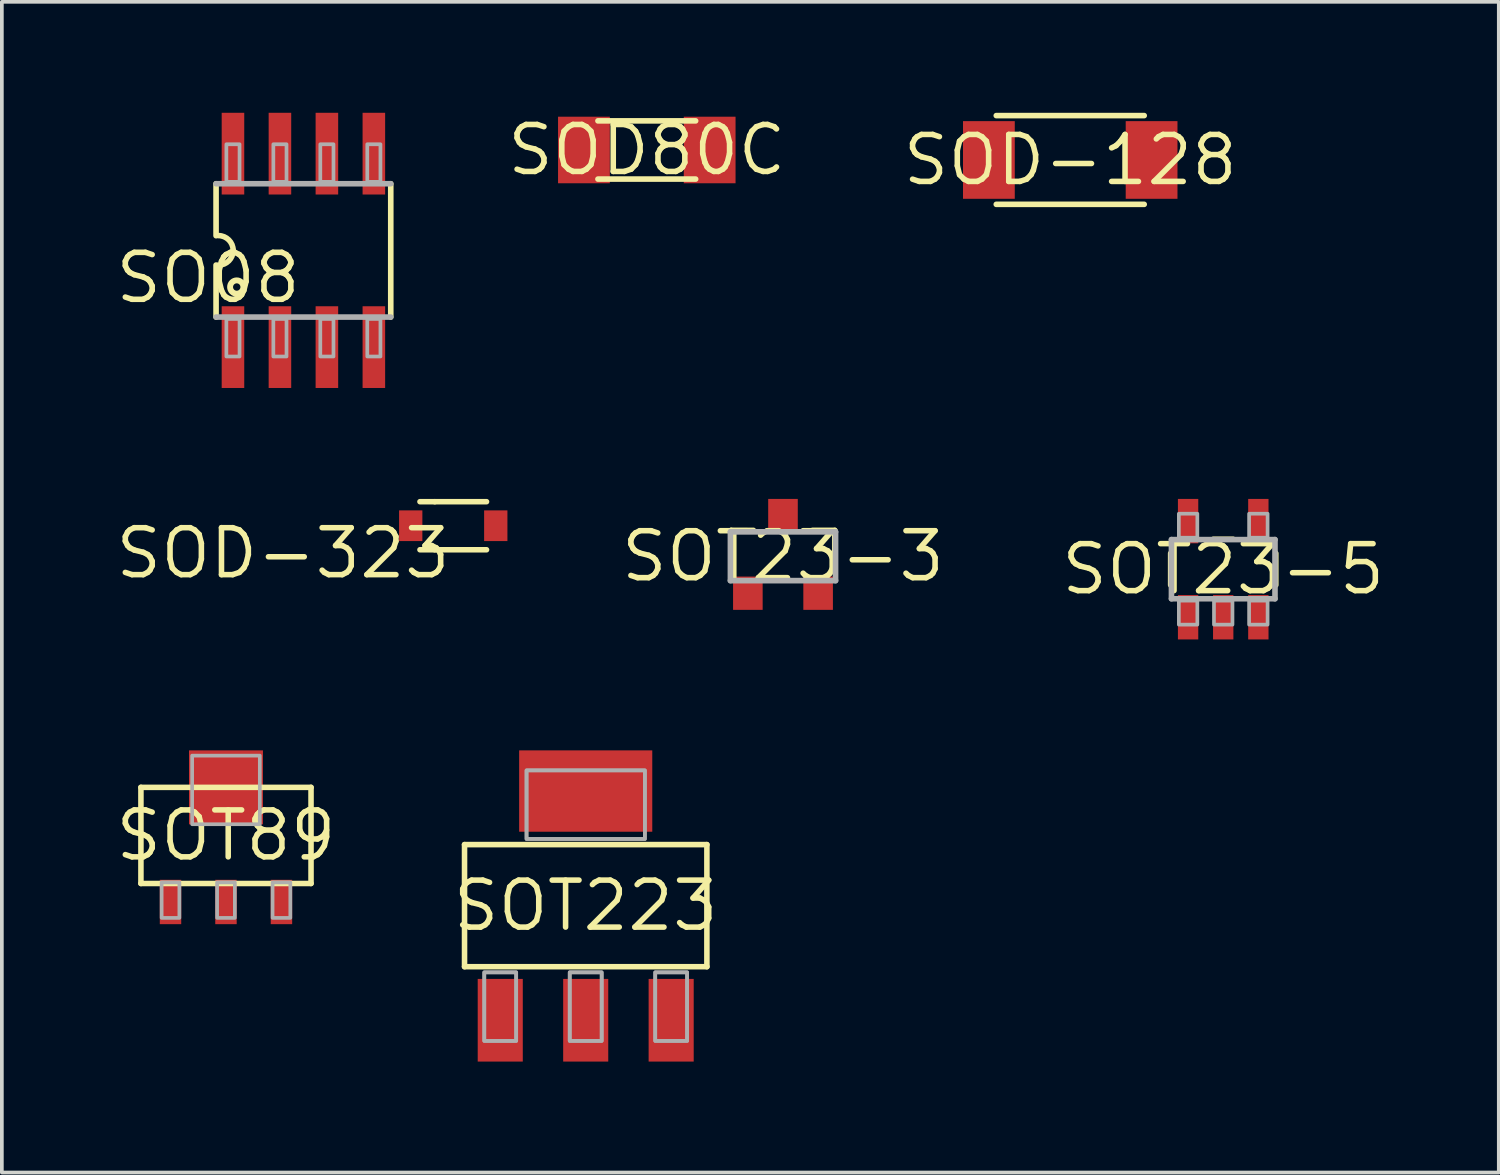
<source format=kicad_pcb>
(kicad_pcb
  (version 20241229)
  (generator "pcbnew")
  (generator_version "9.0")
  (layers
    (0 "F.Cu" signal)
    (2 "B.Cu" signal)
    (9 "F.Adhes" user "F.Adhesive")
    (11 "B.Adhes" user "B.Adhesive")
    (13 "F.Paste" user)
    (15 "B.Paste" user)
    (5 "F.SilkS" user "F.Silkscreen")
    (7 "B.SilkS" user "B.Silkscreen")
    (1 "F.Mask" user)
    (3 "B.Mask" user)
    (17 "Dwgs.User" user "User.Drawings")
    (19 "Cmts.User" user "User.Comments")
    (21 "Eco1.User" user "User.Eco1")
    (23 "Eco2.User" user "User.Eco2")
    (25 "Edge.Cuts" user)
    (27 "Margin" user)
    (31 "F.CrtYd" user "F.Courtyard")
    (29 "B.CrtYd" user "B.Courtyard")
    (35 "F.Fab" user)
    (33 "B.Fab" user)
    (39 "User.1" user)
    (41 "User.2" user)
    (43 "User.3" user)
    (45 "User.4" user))
  (footprint "SOT223"
    (layer "F.Cu")
    (at 12.789 21.441)
    (property "Reference" "SOT223" (at 0 0 0) (layer "F.SilkS") (effects (font (size 1.27 1.27) (thickness 0.15))))
    (attr through_hole)
    (fp_line (start -3.277 -1.651) (end 3.277 -1.651) (stroke (width 0.15) (type solid)) (layer "F.SilkS"))
    (fp_line (start -3.277 1.651) (end -3.277 -1.651) (stroke (width 0.15) (type solid)) (layer "F.SilkS"))
    (fp_line (start 3.277 -1.651) (end 3.277 1.651) (stroke (width 0.15) (type solid)) (layer "F.SilkS"))
    (fp_line (start 3.277 1.651) (end -3.277 1.651) (stroke (width 0.15) (type solid)) (layer "F.SilkS"))
    (fp_poly (pts (xy -2.743 3.658) (xy -1.88 3.658) (xy -1.88 1.803) (xy -2.743 1.803)) (stroke (width 0.1) (type solid)) (fill no) (layer "F.Fab"))
    (fp_poly (pts (xy -2.743 3.658) (xy -1.88 3.658) (xy -1.88 1.803) (xy -2.743 1.803)) (stroke (width 0.1) (type solid)) (fill no) (layer "F.Fab"))
    (fp_poly (pts (xy -1.6 -1.803) (xy 1.6 -1.803) (xy 1.6 -3.658) (xy -1.6 -3.658)) (stroke (width 0.1) (type solid)) (fill no) (layer "F.Fab"))
    (fp_poly (pts (xy -1.6 -1.803) (xy 1.6 -1.803) (xy 1.6 -3.658) (xy -1.6 -3.658)) (stroke (width 0.1) (type solid)) (fill no) (layer "F.Fab"))
    (fp_poly (pts (xy -0.432 3.658) (xy 0.432 3.658) (xy 0.432 1.803) (xy -0.432 1.803)) (stroke (width 0.1) (type solid)) (fill no) (layer "F.Fab"))
    (fp_poly (pts (xy -0.432 3.658) (xy 0.432 3.658) (xy 0.432 1.803) (xy -0.432 1.803)) (stroke (width 0.1) (type solid)) (fill no) (layer "F.Fab"))
    (fp_poly (pts (xy 1.88 3.658) (xy 2.743 3.658) (xy 2.743 1.803) (xy 1.88 1.803)) (stroke (width 0.1) (type solid)) (fill no) (layer "F.Fab"))
    (fp_poly (pts (xy 1.88 3.658) (xy 2.743 3.658) (xy 2.743 1.803) (xy 1.88 1.803)) (stroke (width 0.1) (type solid)) (fill no) (layer "F.Fab"))
    (pad "1" smd rect (at -2.311 3.099) (size 1.219 2.235) (layers "F.Cu" "F.Mask" "F.Paste"))
    (pad "2" smd rect (at 0 3.099) (size 1.219 2.235) (layers "F.Cu" "F.Mask" "F.Paste"))
    (pad "3" smd rect (at 2.311 3.099) (size 1.219 2.235) (layers "F.Cu" "F.Mask" "F.Paste"))
    (pad "4" smd rect (at 0 -3.099) (size 3.6 2.2) (layers "F.Cu" "F.Mask" "F.Paste")))
  (footprint "SOD-323"
    (layer "F.Cu")
    (at 9.207 11.167)
    (property "Reference" "SOD-323" (at 0 0 0) (layer "F.SilkS") (effects (font (size 1.27 1.27) (thickness 0.15)) (justify right top)))
    (attr through_hole)
    (fp_line (start -0.9 -0.65) (end -0.5 -0.65) (stroke (width 0.15) (type solid)) (layer "F.SilkS"))
    (fp_line (start -0.9 0.65) (end -0.5 0.65) (stroke (width 0.15) (type solid)) (layer "F.SilkS"))
    (fp_line (start -0.5 -0.65) (end 0.9 -0.65) (stroke (width 0.15) (type solid)) (layer "F.SilkS"))
    (fp_line (start -0.5 0.65) (end 0.9 0.65) (stroke (width 0.15) (type solid)) (layer "F.SilkS"))
    (pad "1" smd rect (at -1.15 0) (size 0.63 0.83) (layers "F.Cu" "F.Mask" "F.Paste"))
    (pad "2" smd rect (at 1.15 0) (size 0.63 0.83) (layers "F.Cu" "F.Mask" "F.Paste")))
  (footprint "SO08"
    (layer "F.Cu")
    (at 5.155 3.721)
    (property "Reference" "SO08" (at 0 0 0) (layer "F.SilkS") (effects (font (size 1.27 1.27) (thickness 0.15)) (justify right top)))
    (attr through_hole)
    (fp_line (start -2.362 -1.803) (end -2.362 -0.397) (stroke (width 0.152) (type solid)) (layer "F.SilkS"))
    (fp_line (start -2.362 0.397) (end -2.362 1.803) (stroke (width 0.152) (type solid)) (layer "F.SilkS"))
    (fp_line (start 2.362 1.803) (end 2.362 -1.803) (stroke (width 0.152) (type solid)) (layer "F.SilkS"))
    (fp_arc (start -2.3 -0.4) (mid -2.017157 -0.282843) (end -1.9 0) (stroke (width 0.15) (type solid)) (layer "F.SilkS"))
    (fp_arc (start -1.9 0) (mid -2.017157 0.282843) (end -2.3 0.4) (stroke (width 0.15) (type solid)) (layer "F.SilkS"))
    (fp_circle (center -1.803 0.991) (end -1.623 0.991) (stroke (width 0.16) (type solid)) (fill no) (layer "F.SilkS"))
    (fp_line (start -2.362 1.803) (end 2.362 1.803) (stroke (width 0.152) (type solid)) (layer "F.Fab"))
    (fp_line (start 2.362 -1.803) (end -2.362 -1.803) (stroke (width 0.152) (type solid)) (layer "F.Fab"))
    (fp_poly (pts (xy -2.083 -1.854) (xy -1.727 -1.854) (xy -1.727 -2.87) (xy -2.083 -2.87)) (stroke (width 0.1) (type solid)) (fill no) (layer "F.Fab"))
    (fp_poly (pts (xy -2.083 2.87) (xy -1.727 2.87) (xy -1.727 1.854) (xy -2.083 1.854)) (stroke (width 0.1) (type solid)) (fill no) (layer "F.Fab"))
    (fp_poly (pts (xy -0.813 -1.854) (xy -0.457 -1.854) (xy -0.457 -2.87) (xy -0.813 -2.87)) (stroke (width 0.1) (type solid)) (fill no) (layer "F.Fab"))
    (fp_poly (pts (xy -0.813 2.87) (xy -0.457 2.87) (xy -0.457 1.854) (xy -0.813 1.854)) (stroke (width 0.1) (type solid)) (fill no) (layer "F.Fab"))
    (fp_poly (pts (xy 0.457 -1.854) (xy 0.813 -1.854) (xy 0.813 -2.87) (xy 0.457 -2.87)) (stroke (width 0.1) (type solid)) (fill no) (layer "F.Fab"))
    (fp_poly (pts (xy 0.457 2.87) (xy 0.813 2.87) (xy 0.813 1.854) (xy 0.457 1.854)) (stroke (width 0.1) (type solid)) (fill no) (layer "F.Fab"))
    (fp_poly (pts (xy 1.727 -1.854) (xy 2.083 -1.854) (xy 2.083 -2.87) (xy 1.727 -2.87)) (stroke (width 0.1) (type solid)) (fill no) (layer "F.Fab"))
    (fp_poly (pts (xy 1.727 2.87) (xy 2.083 2.87) (xy 2.083 1.854) (xy 1.727 1.854)) (stroke (width 0.1) (type solid)) (fill no) (layer "F.Fab"))
    (pad "1" smd rect (at -1.905 2.616) (size 0.61 2.21) (layers "F.Cu" "F.Mask" "F.Paste"))
    (pad "2" smd rect (at -0.635 2.616) (size 0.61 2.21) (layers "F.Cu" "F.Mask" "F.Paste"))
    (pad "3" smd rect (at 0.635 2.616) (size 0.61 2.21) (layers "F.Cu" "F.Mask" "F.Paste"))
    (pad "4" smd rect (at 1.905 2.616) (size 0.61 2.21) (layers "F.Cu" "F.Mask" "F.Paste"))
    (pad "5" smd rect (at 1.905 -2.616) (size 0.61 2.21) (layers "F.Cu" "F.Mask" "F.Paste"))
    (pad "6" smd rect (at 0.635 -2.616) (size 0.61 2.21) (layers "F.Cu" "F.Mask" "F.Paste"))
    (pad "7" smd rect (at -0.635 -2.616) (size 0.61 2.21) (layers "F.Cu" "F.Mask" "F.Paste"))
    (pad "8" smd rect (at -1.905 -2.616) (size 0.61 2.21) (layers "F.Cu" "F.Mask" "F.Paste")))
  (footprint "SOD80C"
    (layer "F.Cu")
    (at 14.441 1.006)
    (property "Reference" "SOD80C" (at 0 0 0) (layer "F.SilkS") (effects (font (size 1.27 1.27) (thickness 0.15))))
    (attr through_hole)
    (fp_line (start 1.321 -0.787) (end -1.321 -0.787) (stroke (width 0.152) (type solid)) (layer "F.SilkS"))
    (fp_line (start 1.321 0.787) (end -1.321 0.787) (stroke (width 0.152) (type solid)) (layer "F.SilkS"))
    (pad "A" smd rect (at 1.7 0) (size 1.4 1.8) (layers "F.Cu" "F.Mask" "F.Paste"))
    (pad "C" smd rect (at -1.7 0) (size 1.4 1.8) (layers "F.Cu" "F.Mask" "F.Paste")))
  (footprint "SOT23-5"
    (layer "F.Cu")
    (at 30.029 12.342)
    (property "Reference" "SOT23-5" (at 0 0 0) (layer "F.SilkS") (effects (font (size 1.27 1.27) (thickness 0.15))))
    (attr through_hole)
    (fp_line (start -1.422 0.429) (end -1.422 -0.429) (stroke (width 0.15) (type solid)) (layer "F.SilkS"))
    (fp_line (start -0.268 -0.81) (end 0.268 -0.81) (stroke (width 0.15) (type solid)) (layer "F.SilkS"))
    (fp_line (start 1.422 -0.429) (end 1.422 0.429) (stroke (width 0.15) (type solid)) (layer "F.SilkS"))
    (fp_line (start -1.4 -0.8) (end -1.4 0.8) (stroke (width 0.152) (type solid)) (layer "F.Fab"))
    (fp_line (start -1.4 -0.8) (end 1.4 -0.8) (stroke (width 0.152) (type solid)) (layer "F.Fab"))
    (fp_line (start 1.4 -0.8) (end 1.4 0.8) (stroke (width 0.152) (type solid)) (layer "F.Fab"))
    (fp_line (start 1.4 0.8) (end -1.4 0.8) (stroke (width 0.15) (type solid)) (layer "F.Fab"))
    (fp_poly (pts (xy -1.2 -0.85) (xy -0.7 -0.85) (xy -0.7 -1.5) (xy -1.2 -1.5)) (stroke (width 0.1) (type solid)) (fill no) (layer "F.Fab"))
    (fp_poly (pts (xy -1.2 1.5) (xy -0.7 1.5) (xy -0.7 0.85) (xy -1.2 0.85)) (stroke (width 0.1) (type solid)) (fill no) (layer "F.Fab"))
    (fp_poly (pts (xy -0.25 1.5) (xy 0.25 1.5) (xy 0.25 0.85) (xy -0.25 0.85)) (stroke (width 0.1) (type solid)) (fill no) (layer "F.Fab"))
    (fp_poly (pts (xy 0.7 -0.85) (xy 1.2 -0.85) (xy 1.2 -1.5) (xy 0.7 -1.5)) (stroke (width 0.1) (type solid)) (fill no) (layer "F.Fab"))
    (fp_poly (pts (xy 0.7 1.5) (xy 1.2 1.5) (xy 1.2 0.85) (xy 0.7 0.85)) (stroke (width 0.1) (type solid)) (fill no) (layer "F.Fab"))
    (pad "1" smd rect (at -0.95 1.3) (size 0.55 1.2) (layers "F.Cu" "F.Mask" "F.Paste"))
    (pad "2" smd rect (at 0 1.3) (size 0.55 1.2) (layers "F.Cu" "F.Mask" "F.Paste"))
    (pad "3" smd rect (at 0.95 1.3) (size 0.55 1.2) (layers "F.Cu" "F.Mask" "F.Paste"))
    (pad "4" smd rect (at 0.95 -1.3) (size 0.55 1.2) (layers "F.Cu" "F.Mask" "F.Paste"))
    (pad "5" smd rect (at -0.95 -1.3) (size 0.55 1.2) (layers "F.Cu" "F.Mask" "F.Paste")))
  (footprint "SOT23-3"
    (layer "F.Cu")
    (at 18.124 11.992)
    (property "Reference" "SOT23-3" (at 0 0 0) (layer "F.SilkS") (effects (font (size 1.27 1.27) (thickness 0.15))))
    (attr through_hole)
    (fp_line (start -1.4 -0.7) (end -1.4 0.1) (stroke (width 0.15) (type solid)) (layer "F.SilkS"))
    (fp_line (start -0.8 -0.7) (end -1.4 -0.7) (stroke (width 0.15) (type solid)) (layer "F.SilkS"))
    (fp_line (start 0.8 -0.7) (end 1.4 -0.7) (stroke (width 0.15) (type solid)) (layer "F.SilkS"))
    (fp_line (start 1.4 -0.7) (end 1.4 0.1) (stroke (width 0.15) (type solid)) (layer "F.SilkS"))
    (fp_line (start -1.422 -0.66) (end 1.422 -0.66) (stroke (width 0.152) (type solid)) (layer "F.Fab"))
    (fp_line (start -1.422 0.66) (end -1.422 -0.66) (stroke (width 0.152) (type solid)) (layer "F.Fab"))
    (fp_line (start 1.422 -0.66) (end 1.422 0.66) (stroke (width 0.152) (type solid)) (layer "F.Fab"))
    (fp_line (start 1.422 0.66) (end -1.422 0.66) (stroke (width 0.152) (type solid)) (layer "F.Fab"))
    (pad "1" smd rect (at -0.95 1) (size 0.8 0.9) (layers "F.Cu" "F.Mask" "F.Paste"))
    (pad "2" smd rect (at 0.95 1) (size 0.8 0.9) (layers "F.Cu" "F.Mask" "F.Paste"))
    (pad "3" smd rect (at 0 -1.1) (size 0.8 0.9) (layers "F.Cu" "F.Mask" "F.Paste")))
  (footprint "SOT89"
    (layer "F.Cu")
    (at 3.061 19.542)
    (property "Reference" "SOT89" (at 0 0 0) (layer "F.SilkS") (effects (font (size 1.27 1.27) (thickness 0.15))))
    (attr through_hole)
    (fp_line (start -2.3 -1.3) (end 2.3 -1.3) (stroke (width 0.15) (type solid)) (layer "F.SilkS"))
    (fp_line (start -2.3 1.3) (end -2.3 -1.3) (stroke (width 0.15) (type solid)) (layer "F.SilkS"))
    (fp_line (start 2.3 -1.3) (end 2.3 1.3) (stroke (width 0.15) (type solid)) (layer "F.SilkS"))
    (fp_line (start 2.3 1.3) (end -2.3 1.3) (stroke (width 0.15) (type solid)) (layer "F.SilkS"))
    (fp_poly (pts (xy -1.74 2.23) (xy -1.26 2.23) (xy -1.26 1.27) (xy -1.74 1.27)) (stroke (width 0.1) (type solid)) (fill no) (layer "F.Fab"))
    (fp_poly (pts (xy -0.915 -0.303) (xy 0.915 -0.303) (xy 0.915 -2.158) (xy -0.915 -2.158)) (stroke (width 0.1) (type solid)) (fill no) (layer "F.Fab"))
    (fp_poly (pts (xy -0.24 2.23) (xy 0.24 2.23) (xy 0.24 1.27) (xy -0.24 1.27)) (stroke (width 0.1) (type solid)) (fill no) (layer "F.Fab"))
    (fp_poly (pts (xy 1.26 2.23) (xy 1.74 2.23) (xy 1.74 1.27) (xy 1.26 1.27)) (stroke (width 0.1) (type solid)) (fill no) (layer "F.Fab"))
    (pad "1" smd rect (at -1.5 1.8) (size 0.58 1.2) (layers "F.Cu" "F.Mask" "F.Paste"))
    (pad "2" smd rect (at 0 1.8) (size 0.58 1.2) (layers "F.Cu" "F.Mask" "F.Paste"))
    (pad "3" smd rect (at 1.5 1.8) (size 0.58 1.2) (layers "F.Cu" "F.Mask" "F.Paste"))
    (pad "4" smd rect (at 0 -1.3) (size 2 2) (layers "F.Cu" "F.Mask" "F.Paste")))
  (footprint "SOD-128"
    (layer "F.Cu")
    (at 25.892 1.276)
    (property "Reference" "SOD-128" (at 0 0 0) (layer "F.SilkS") (effects (font (size 1.27 1.27) (thickness 0.15))))
    (attr through_hole)
    (fp_line (start -2 -1.2) (end 2 -1.2) (stroke (width 0.152) (type solid)) (layer "F.SilkS"))
    (fp_line (start 2 1.2) (end -2 1.2) (stroke (width 0.152) (type solid)) (layer "F.SilkS"))
    (pad "A" smd rect (at 2.2 0 180) (size 1.4 2.1) (layers "F.Cu" "F.Mask" "F.Paste"))
    (pad "C" smd rect (at -2.2 0 180) (size 1.4 2.1) (layers "F.Cu" "F.Mask" "F.Paste")))
  (gr_rect
    (start -3 -3)
    (end 37.481 28.658)
    (stroke (width 0.1) (type default))
    (fill no)
    (layer "Edge.Cuts")))
</source>
